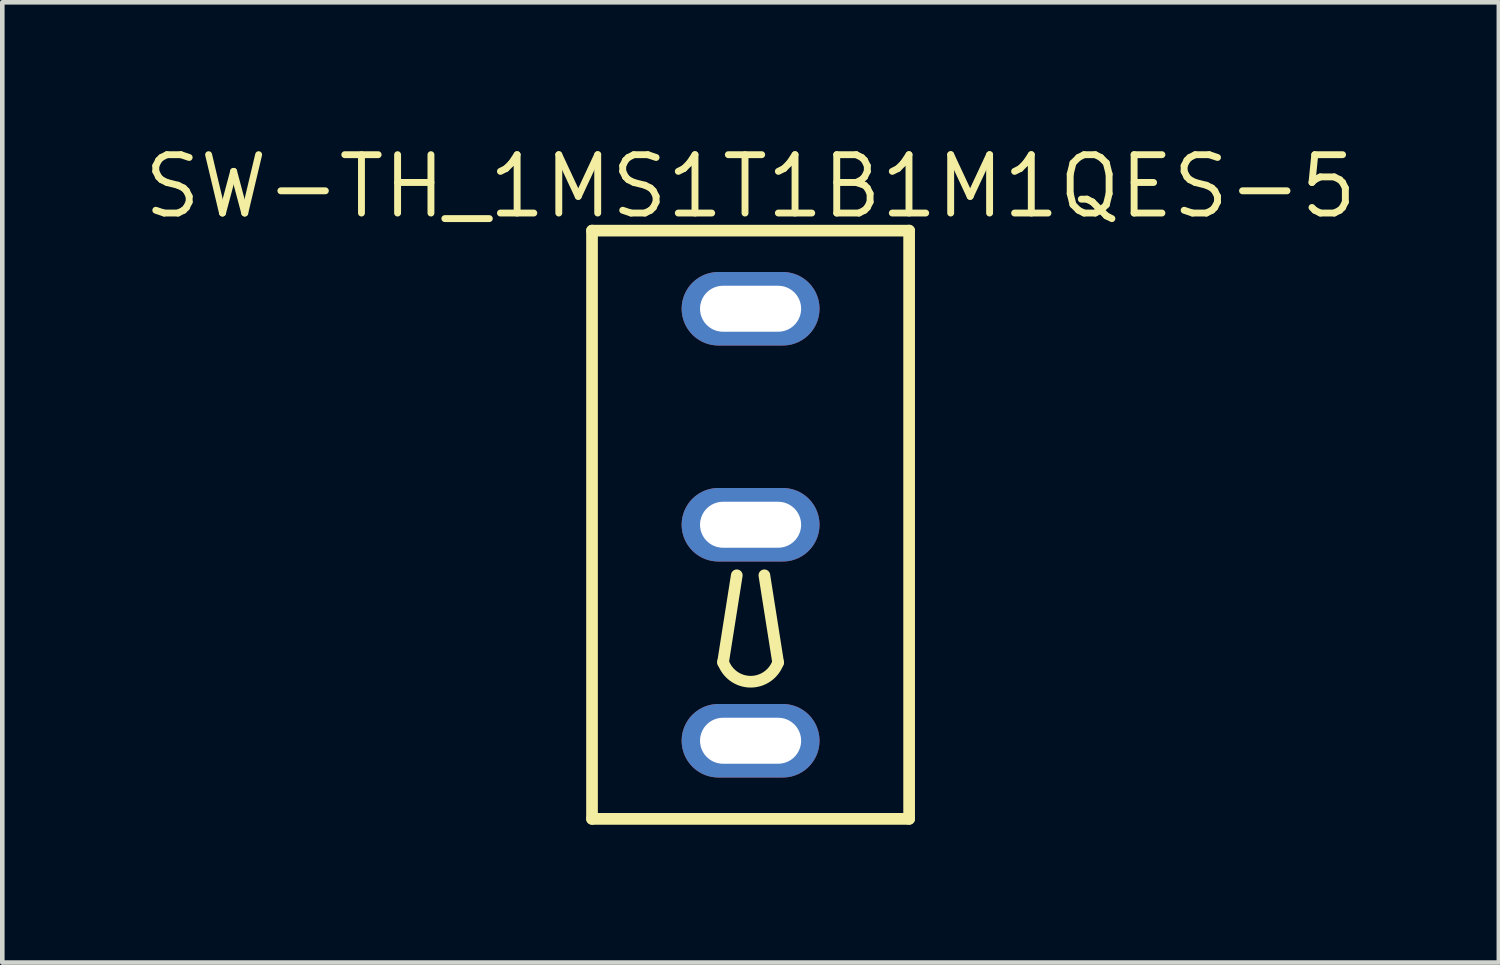
<source format=kicad_pcb>
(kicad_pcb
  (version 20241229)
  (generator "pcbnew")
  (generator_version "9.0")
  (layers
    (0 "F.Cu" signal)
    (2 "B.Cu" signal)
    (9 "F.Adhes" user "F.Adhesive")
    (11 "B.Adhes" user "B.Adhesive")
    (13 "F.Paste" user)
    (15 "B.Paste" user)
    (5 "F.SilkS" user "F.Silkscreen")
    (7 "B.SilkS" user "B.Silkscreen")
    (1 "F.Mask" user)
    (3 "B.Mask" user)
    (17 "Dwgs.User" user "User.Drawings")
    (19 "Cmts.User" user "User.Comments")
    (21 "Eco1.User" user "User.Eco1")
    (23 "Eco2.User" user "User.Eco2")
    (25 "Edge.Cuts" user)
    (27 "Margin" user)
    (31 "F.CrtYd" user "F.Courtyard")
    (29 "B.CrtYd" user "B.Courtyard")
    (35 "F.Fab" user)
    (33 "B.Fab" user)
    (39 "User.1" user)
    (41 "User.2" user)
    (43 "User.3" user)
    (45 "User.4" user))
  (footprint "SW-TH_1MS1T1B1M1QES-5"
    (layer "F.Cu")
    (at 13.282 8.368)
    (property "Reference" "SW-TH_1MS1T1B1M1QES-5" (at 0 -7.362 0) (layer "F.SilkS") (effects (font (size 1.27 1.27) (thickness 0.15))))
    (fp_line (start -3.45 -6.4) (end -3.45 6.4) (stroke (width 0.254) (type default)) (layer "F.SilkS"))
    (fp_line (start -3.45 -6.4) (end 3.45 -6.4) (stroke (width 0.254) (type default)) (layer "F.SilkS"))
    (fp_line (start -3.45 6.4) (end 3.45 6.4) (stroke (width 0.254) (type default)) (layer "F.SilkS"))
    (fp_line (start -0.3 1.1) (end -0.6 3) (stroke (width 0.254) (type default)) (layer "F.SilkS"))
    (fp_line (start 0.3 1.1) (end 0.6 3) (stroke (width 0.254) (type default)) (layer "F.SilkS"))
    (fp_line (start 3.45 -6.4) (end 3.45 6.4) (stroke (width 0.254) (type default)) (layer "F.SilkS"))
    (fp_arc (start 0.5978 2.9964) (mid -0.00452 3.416105) (end -0.5978 2.9837) (stroke (width 0.254) (type default)) (layer "F.SilkS"))
    (fp_circle (center 3.43 6.35) (end 3.46 6.35) (stroke (width 0.06) (type default)) (fill no) (layer "User.5"))
    (pad "1" thru_hole oval (at 0 4.7 90) (size 1.6 3) (drill oval 1 2.2) (layers "*.Cu" "*.Mask"))
    (pad "2" thru_hole oval (at 0 0 90) (size 1.6 3) (drill oval 1 2.2) (layers "*.Cu" "*.Mask"))
    (pad "3" thru_hole oval (at 0 -4.7 90) (size 1.6 3) (drill oval 1 2.2) (layers "*.Cu" "*.Mask"))
    (zone (net_name "") (layer "User.3") (hatch edge 0.5) (priority 100) (connect_pads yes) (min_thickness 0) (filled_areas_thickness no) (fill yes) (polygon (pts (xy 9.852 14.718) (xy 9.852 2.018) (xy 16.712 2.018) (xy 16.712 14.718))) (filled_polygon (layer "User.3") (island) (pts (xy 9.852 14.718) (xy 9.852 2.018) (xy 16.712 2.018) (xy 16.712 14.718))))
    (zone (net_name "") (layer "User.4") (hatch edge 0.5) (priority 100) (connect_pads yes) (min_thickness 0) (filled_areas_thickness no) (fill yes) (polygon (pts (xy 13.882 4.068) (xy 12.682 4.068) (xy 12.682 3.268) (xy 13.882 3.268))) (filled_polygon (layer "User.4") (island) (pts (xy 13.882 4.068) (xy 12.682 4.068) (xy 12.682 3.268) (xy 13.882 3.268))))
    (zone (net_name "") (layer "User.4") (hatch edge 0.5) (priority 100) (connect_pads yes) (min_thickness 0) (filled_areas_thickness no) (fill yes) (polygon (pts (xy 13.882 8.768) (xy 12.682 8.768) (xy 12.682 7.968) (xy 13.882 7.968))) (filled_polygon (layer "User.4") (island) (pts (xy 13.882 8.768) (xy 12.682 8.768) (xy 12.682 7.968) (xy 13.882 7.968))))
    (zone (net_name "") (layer "User.4") (hatch edge 0.5) (priority 100) (connect_pads yes) (min_thickness 0) (filled_areas_thickness no) (fill yes) (polygon (pts (xy 13.882 13.468) (xy 12.682 13.468) (xy 12.682 12.668) (xy 13.882 12.668))) (filled_polygon (layer "User.4") (island) (pts (xy 13.882 13.468) (xy 12.682 13.468) (xy 12.682 12.668) (xy 13.882 12.668)))))
  (gr_rect
    (start -3 -3)
    (end 29.564 17.895)
    (stroke (width 0.1) (type default))
    (fill no)
    (layer "Edge.Cuts")))
</source>
